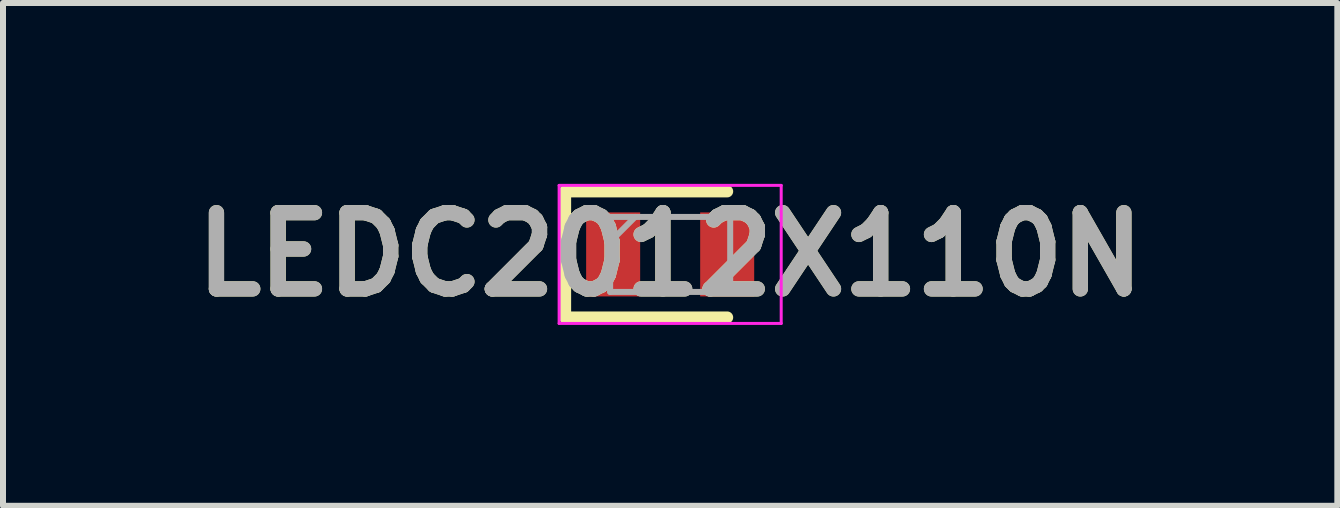
<source format=kicad_pcb>
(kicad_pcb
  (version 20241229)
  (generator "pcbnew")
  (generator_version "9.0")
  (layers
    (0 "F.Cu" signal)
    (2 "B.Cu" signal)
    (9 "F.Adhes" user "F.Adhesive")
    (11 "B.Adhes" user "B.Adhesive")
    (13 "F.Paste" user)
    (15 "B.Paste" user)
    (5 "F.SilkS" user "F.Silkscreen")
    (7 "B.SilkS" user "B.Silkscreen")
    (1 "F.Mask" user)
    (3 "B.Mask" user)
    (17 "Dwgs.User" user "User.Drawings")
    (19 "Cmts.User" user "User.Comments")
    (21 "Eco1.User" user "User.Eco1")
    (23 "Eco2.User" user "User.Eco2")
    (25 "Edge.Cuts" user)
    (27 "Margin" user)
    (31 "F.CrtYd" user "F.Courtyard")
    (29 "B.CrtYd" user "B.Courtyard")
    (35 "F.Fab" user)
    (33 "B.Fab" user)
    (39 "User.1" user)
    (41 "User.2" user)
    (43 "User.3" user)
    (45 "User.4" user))
  (footprint "LEDC2012X110N"
    (layer "F.Cu")
    (at 8.116 1.189)
    (property "Reference" "LEDC2012X110N" (at 0 0 0) (layer "F.SilkS") (effects (font (size 1.27 1.27) (thickness 0.254))))
    (attr smd)
    (fp_line (start -1.75 -1.05) (end -1.75 1.05) (stroke (width 0.2) (type solid)) (layer "F.SilkS"))
    (fp_line (start -1.75 1.05) (end 0.95 1.05) (stroke (width 0.2) (type solid)) (layer "F.SilkS"))
    (fp_line (start 0.95 -1.05) (end -1.75 -1.05) (stroke (width 0.2) (type solid)) (layer "F.SilkS"))
    (fp_line (start -1.85 -1.15) (end 1.85 -1.15) (stroke (width 0.05) (type solid)) (layer "F.CrtYd"))
    (fp_line (start -1.85 1.15) (end -1.85 -1.15) (stroke (width 0.05) (type solid)) (layer "F.CrtYd"))
    (fp_line (start 1.85 -1.15) (end 1.85 1.15) (stroke (width 0.05) (type solid)) (layer "F.CrtYd"))
    (fp_line (start 1.85 1.15) (end -1.85 1.15) (stroke (width 0.05) (type solid)) (layer "F.CrtYd"))
    (fp_line (start -1 -0.625) (end 1 -0.625) (stroke (width 0.1) (type solid)) (layer "F.Fab"))
    (fp_line (start -1 -0.208) (end -0.583 -0.625) (stroke (width 0.1) (type solid)) (layer "F.Fab"))
    (fp_line (start -1 0.625) (end -1 -0.625) (stroke (width 0.1) (type solid)) (layer "F.Fab"))
    (fp_line (start 1 -0.625) (end 1 0.625) (stroke (width 0.1) (type solid)) (layer "F.Fab"))
    (fp_line (start 1 0.625) (end -1 0.625) (stroke (width 0.1) (type solid)) (layer "F.Fab"))
    (fp_text user "${REFERENCE}" (at 0 0 0) (layer "F.Fab") (effects (font (size 1.27 1.27) (thickness 0.254))))
    (pad "1" smd rect (at -0.95 0) (size 0.9 1.4) (layers "F.Cu" "F.Mask" "F.Paste"))
    (pad "2" smd rect (at 0.95 0) (size 0.9 1.4) (layers "F.Cu" "F.Mask" "F.Paste")))
  (gr_rect
    (start -3 -3)
    (end 19.232 5.377)
    (stroke (width 0.1) (type default))
    (fill no)
    (layer "Edge.Cuts")))
</source>
